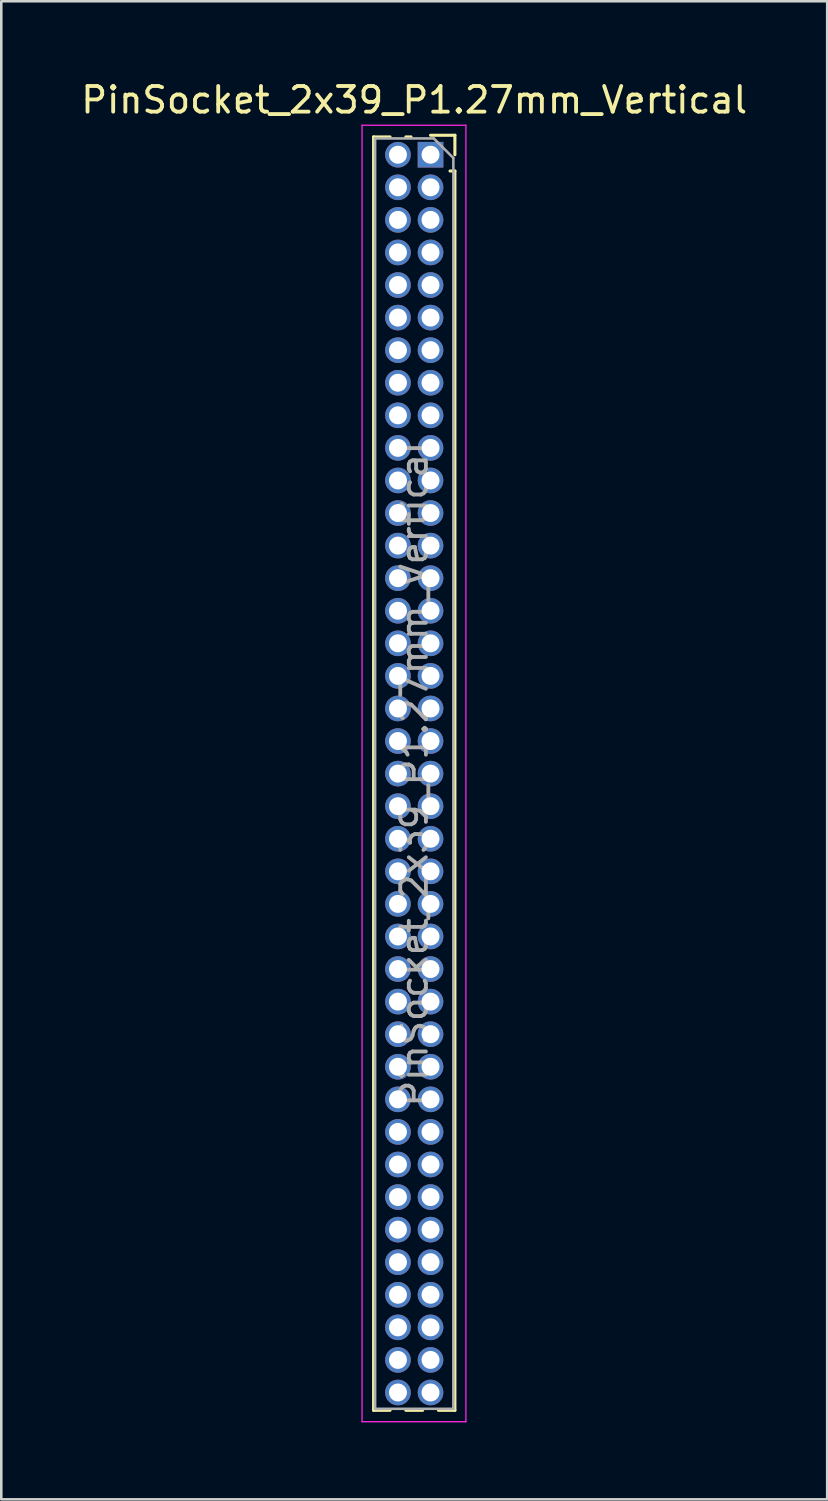
<source format=kicad_pcb>
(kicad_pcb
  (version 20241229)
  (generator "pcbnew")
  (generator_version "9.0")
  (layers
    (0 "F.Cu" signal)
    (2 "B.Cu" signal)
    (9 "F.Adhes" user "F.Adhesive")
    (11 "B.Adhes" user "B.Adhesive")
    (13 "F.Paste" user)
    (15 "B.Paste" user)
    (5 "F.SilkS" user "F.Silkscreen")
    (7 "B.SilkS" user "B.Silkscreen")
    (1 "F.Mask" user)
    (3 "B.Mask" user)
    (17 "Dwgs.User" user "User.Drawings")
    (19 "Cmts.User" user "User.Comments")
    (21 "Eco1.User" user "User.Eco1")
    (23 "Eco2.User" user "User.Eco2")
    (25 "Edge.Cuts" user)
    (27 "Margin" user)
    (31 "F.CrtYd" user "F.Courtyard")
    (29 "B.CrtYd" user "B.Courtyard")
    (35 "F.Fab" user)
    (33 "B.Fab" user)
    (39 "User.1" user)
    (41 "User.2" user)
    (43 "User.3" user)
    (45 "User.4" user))
  (footprint "PinSocket_2x39_P1.27mm_Vertical"
    (layer "F.Cu")
    (at 13.736 2.983)
    (property "Reference" "PinSocket_2x39_P1.27mm_Vertical" (at -0.635 -2.135 0) (layer "F.SilkS") (effects (font (size 1 1) (thickness 0.15))))
    (attr through_hole)
    (fp_line (start -2.22 -0.695) (end -2.22 48.955) (stroke (width 0.12) (type solid)) (layer "F.SilkS"))
    (fp_line (start -2.22 -0.695) (end -1.578 -0.695) (stroke (width 0.12) (type solid)) (layer "F.SilkS"))
    (fp_line (start -2.22 48.955) (end -1.578 48.955) (stroke (width 0.12) (type solid)) (layer "F.SilkS"))
    (fp_line (start -0.962 -0.695) (end -0.76 -0.695) (stroke (width 0.12) (type solid)) (layer "F.SilkS"))
    (fp_line (start -0.962 48.955) (end -0.308 48.955) (stroke (width 0.12) (type solid)) (layer "F.SilkS"))
    (fp_line (start 0 -0.76) (end 0.95 -0.76) (stroke (width 0.12) (type solid)) (layer "F.SilkS"))
    (fp_line (start 0.308 48.955) (end 0.95 48.955) (stroke (width 0.12) (type solid)) (layer "F.SilkS"))
    (fp_line (start 0.76 0.635) (end 0.95 0.635) (stroke (width 0.12) (type solid)) (layer "F.SilkS"))
    (fp_line (start 0.95 -0.76) (end 0.95 0) (stroke (width 0.12) (type solid)) (layer "F.SilkS"))
    (fp_line (start 0.95 0.635) (end 0.95 48.955) (stroke (width 0.12) (type solid)) (layer "F.SilkS"))
    (fp_line (start -2.67 -1.15) (end 1.38 -1.15) (stroke (width 0.05) (type solid)) (layer "F.CrtYd"))
    (fp_line (start -2.67 49.4) (end -2.67 -1.15) (stroke (width 0.05) (type solid)) (layer "F.CrtYd"))
    (fp_line (start 1.38 -1.15) (end 1.38 49.4) (stroke (width 0.05) (type solid)) (layer "F.CrtYd"))
    (fp_line (start 1.38 49.4) (end -2.67 49.4) (stroke (width 0.05) (type solid)) (layer "F.CrtYd"))
    (fp_line (start -2.16 -0.635) (end 0.128 -0.635) (stroke (width 0.1) (type solid)) (layer "F.Fab"))
    (fp_line (start -2.16 48.895) (end -2.16 -0.635) (stroke (width 0.1) (type solid)) (layer "F.Fab"))
    (fp_line (start 0.128 -0.635) (end 0.89 0.128) (stroke (width 0.1) (type solid)) (layer "F.Fab"))
    (fp_line (start 0.89 0.128) (end 0.89 48.895) (stroke (width 0.1) (type solid)) (layer "F.Fab"))
    (fp_line (start 0.89 48.895) (end -2.16 48.895) (stroke (width 0.1) (type solid)) (layer "F.Fab"))
    (fp_text user "${REFERENCE}" (at -0.635 24.13 90) (layer "F.Fab") (effects (font (size 1 1) (thickness 0.15))))
    (pad "1" thru_hole rect (at 0 0) (size 1 1) (drill 0.7) (layers "*.Cu" "*.Mask"))
    (pad "2" thru_hole oval (at -1.27 0) (size 1 1) (drill 0.7) (layers "*.Cu" "*.Mask"))
    (pad "3" thru_hole oval (at 0 1.27) (size 1 1) (drill 0.7) (layers "*.Cu" "*.Mask"))
    (pad "4" thru_hole oval (at -1.27 1.27) (size 1 1) (drill 0.7) (layers "*.Cu" "*.Mask"))
    (pad "5" thru_hole oval (at 0 2.54) (size 1 1) (drill 0.7) (layers "*.Cu" "*.Mask"))
    (pad "6" thru_hole oval (at -1.27 2.54) (size 1 1) (drill 0.7) (layers "*.Cu" "*.Mask"))
    (pad "7" thru_hole oval (at 0 3.81) (size 1 1) (drill 0.7) (layers "*.Cu" "*.Mask"))
    (pad "8" thru_hole oval (at -1.27 3.81) (size 1 1) (drill 0.7) (layers "*.Cu" "*.Mask"))
    (pad "9" thru_hole oval (at 0 5.08) (size 1 1) (drill 0.7) (layers "*.Cu" "*.Mask"))
    (pad "10" thru_hole oval (at -1.27 5.08) (size 1 1) (drill 0.7) (layers "*.Cu" "*.Mask"))
    (pad "11" thru_hole oval (at 0 6.35) (size 1 1) (drill 0.7) (layers "*.Cu" "*.Mask"))
    (pad "12" thru_hole oval (at -1.27 6.35) (size 1 1) (drill 0.7) (layers "*.Cu" "*.Mask"))
    (pad "13" thru_hole oval (at 0 7.62) (size 1 1) (drill 0.7) (layers "*.Cu" "*.Mask"))
    (pad "14" thru_hole oval (at -1.27 7.62) (size 1 1) (drill 0.7) (layers "*.Cu" "*.Mask"))
    (pad "15" thru_hole oval (at 0 8.89) (size 1 1) (drill 0.7) (layers "*.Cu" "*.Mask"))
    (pad "16" thru_hole oval (at -1.27 8.89) (size 1 1) (drill 0.7) (layers "*.Cu" "*.Mask"))
    (pad "17" thru_hole oval (at 0 10.16) (size 1 1) (drill 0.7) (layers "*.Cu" "*.Mask"))
    (pad "18" thru_hole oval (at -1.27 10.16) (size 1 1) (drill 0.7) (layers "*.Cu" "*.Mask"))
    (pad "19" thru_hole oval (at 0 11.43) (size 1 1) (drill 0.7) (layers "*.Cu" "*.Mask"))
    (pad "20" thru_hole oval (at -1.27 11.43) (size 1 1) (drill 0.7) (layers "*.Cu" "*.Mask"))
    (pad "21" thru_hole oval (at 0 12.7) (size 1 1) (drill 0.7) (layers "*.Cu" "*.Mask"))
    (pad "22" thru_hole oval (at -1.27 12.7) (size 1 1) (drill 0.7) (layers "*.Cu" "*.Mask"))
    (pad "23" thru_hole oval (at 0 13.97) (size 1 1) (drill 0.7) (layers "*.Cu" "*.Mask"))
    (pad "24" thru_hole oval (at -1.27 13.97) (size 1 1) (drill 0.7) (layers "*.Cu" "*.Mask"))
    (pad "25" thru_hole oval (at 0 15.24) (size 1 1) (drill 0.7) (layers "*.Cu" "*.Mask"))
    (pad "26" thru_hole oval (at -1.27 15.24) (size 1 1) (drill 0.7) (layers "*.Cu" "*.Mask"))
    (pad "27" thru_hole oval (at 0 16.51) (size 1 1) (drill 0.7) (layers "*.Cu" "*.Mask"))
    (pad "28" thru_hole oval (at -1.27 16.51) (size 1 1) (drill 0.7) (layers "*.Cu" "*.Mask"))
    (pad "29" thru_hole oval (at 0 17.78) (size 1 1) (drill 0.7) (layers "*.Cu" "*.Mask"))
    (pad "30" thru_hole oval (at -1.27 17.78) (size 1 1) (drill 0.7) (layers "*.Cu" "*.Mask"))
    (pad "31" thru_hole oval (at 0 19.05) (size 1 1) (drill 0.7) (layers "*.Cu" "*.Mask"))
    (pad "32" thru_hole oval (at -1.27 19.05) (size 1 1) (drill 0.7) (layers "*.Cu" "*.Mask"))
    (pad "33" thru_hole oval (at 0 20.32) (size 1 1) (drill 0.7) (layers "*.Cu" "*.Mask"))
    (pad "34" thru_hole oval (at -1.27 20.32) (size 1 1) (drill 0.7) (layers "*.Cu" "*.Mask"))
    (pad "35" thru_hole oval (at 0 21.59) (size 1 1) (drill 0.7) (layers "*.Cu" "*.Mask"))
    (pad "36" thru_hole oval (at -1.27 21.59) (size 1 1) (drill 0.7) (layers "*.Cu" "*.Mask"))
    (pad "37" thru_hole oval (at 0 22.86) (size 1 1) (drill 0.7) (layers "*.Cu" "*.Mask"))
    (pad "38" thru_hole oval (at -1.27 22.86) (size 1 1) (drill 0.7) (layers "*.Cu" "*.Mask"))
    (pad "39" thru_hole oval (at 0 24.13) (size 1 1) (drill 0.7) (layers "*.Cu" "*.Mask"))
    (pad "40" thru_hole oval (at -1.27 24.13) (size 1 1) (drill 0.7) (layers "*.Cu" "*.Mask"))
    (pad "41" thru_hole oval (at 0 25.4) (size 1 1) (drill 0.7) (layers "*.Cu" "*.Mask"))
    (pad "42" thru_hole oval (at -1.27 25.4) (size 1 1) (drill 0.7) (layers "*.Cu" "*.Mask"))
    (pad "43" thru_hole oval (at 0 26.67) (size 1 1) (drill 0.7) (layers "*.Cu" "*.Mask"))
    (pad "44" thru_hole oval (at -1.27 26.67) (size 1 1) (drill 0.7) (layers "*.Cu" "*.Mask"))
    (pad "45" thru_hole oval (at 0 27.94) (size 1 1) (drill 0.7) (layers "*.Cu" "*.Mask"))
    (pad "46" thru_hole oval (at -1.27 27.94) (size 1 1) (drill 0.7) (layers "*.Cu" "*.Mask"))
    (pad "47" thru_hole oval (at 0 29.21) (size 1 1) (drill 0.7) (layers "*.Cu" "*.Mask"))
    (pad "48" thru_hole oval (at -1.27 29.21) (size 1 1) (drill 0.7) (layers "*.Cu" "*.Mask"))
    (pad "49" thru_hole oval (at 0 30.48) (size 1 1) (drill 0.7) (layers "*.Cu" "*.Mask"))
    (pad "50" thru_hole oval (at -1.27 30.48) (size 1 1) (drill 0.7) (layers "*.Cu" "*.Mask"))
    (pad "51" thru_hole oval (at 0 31.75) (size 1 1) (drill 0.7) (layers "*.Cu" "*.Mask"))
    (pad "52" thru_hole oval (at -1.27 31.75) (size 1 1) (drill 0.7) (layers "*.Cu" "*.Mask"))
    (pad "53" thru_hole oval (at 0 33.02) (size 1 1) (drill 0.7) (layers "*.Cu" "*.Mask"))
    (pad "54" thru_hole oval (at -1.27 33.02) (size 1 1) (drill 0.7) (layers "*.Cu" "*.Mask"))
    (pad "55" thru_hole oval (at 0 34.29) (size 1 1) (drill 0.7) (layers "*.Cu" "*.Mask"))
    (pad "56" thru_hole oval (at -1.27 34.29) (size 1 1) (drill 0.7) (layers "*.Cu" "*.Mask"))
    (pad "57" thru_hole oval (at 0 35.56) (size 1 1) (drill 0.7) (layers "*.Cu" "*.Mask"))
    (pad "58" thru_hole oval (at -1.27 35.56) (size 1 1) (drill 0.7) (layers "*.Cu" "*.Mask"))
    (pad "59" thru_hole oval (at 0 36.83) (size 1 1) (drill 0.7) (layers "*.Cu" "*.Mask"))
    (pad "60" thru_hole oval (at -1.27 36.83) (size 1 1) (drill 0.7) (layers "*.Cu" "*.Mask"))
    (pad "61" thru_hole oval (at 0 38.1) (size 1 1) (drill 0.7) (layers "*.Cu" "*.Mask"))
    (pad "62" thru_hole oval (at -1.27 38.1) (size 1 1) (drill 0.7) (layers "*.Cu" "*.Mask"))
    (pad "63" thru_hole oval (at 0 39.37) (size 1 1) (drill 0.7) (layers "*.Cu" "*.Mask"))
    (pad "64" thru_hole oval (at -1.27 39.37) (size 1 1) (drill 0.7) (layers "*.Cu" "*.Mask"))
    (pad "65" thru_hole oval (at 0 40.64) (size 1 1) (drill 0.7) (layers "*.Cu" "*.Mask"))
    (pad "66" thru_hole oval (at -1.27 40.64) (size 1 1) (drill 0.7) (layers "*.Cu" "*.Mask"))
    (pad "67" thru_hole oval (at 0 41.91) (size 1 1) (drill 0.7) (layers "*.Cu" "*.Mask"))
    (pad "68" thru_hole oval (at -1.27 41.91) (size 1 1) (drill 0.7) (layers "*.Cu" "*.Mask"))
    (pad "69" thru_hole oval (at 0 43.18) (size 1 1) (drill 0.7) (layers "*.Cu" "*.Mask"))
    (pad "70" thru_hole oval (at -1.27 43.18) (size 1 1) (drill 0.7) (layers "*.Cu" "*.Mask"))
    (pad "71" thru_hole oval (at 0 44.45) (size 1 1) (drill 0.7) (layers "*.Cu" "*.Mask"))
    (pad "72" thru_hole oval (at -1.27 44.45) (size 1 1) (drill 0.7) (layers "*.Cu" "*.Mask"))
    (pad "73" thru_hole oval (at 0 45.72) (size 1 1) (drill 0.7) (layers "*.Cu" "*.Mask"))
    (pad "74" thru_hole oval (at -1.27 45.72) (size 1 1) (drill 0.7) (layers "*.Cu" "*.Mask"))
    (pad "75" thru_hole oval (at 0 46.99) (size 1 1) (drill 0.7) (layers "*.Cu" "*.Mask"))
    (pad "76" thru_hole oval (at -1.27 46.99) (size 1 1) (drill 0.7) (layers "*.Cu" "*.Mask"))
    (pad "77" thru_hole oval (at 0 48.26) (size 1 1) (drill 0.7) (layers "*.Cu" "*.Mask"))
    (pad "78" thru_hole oval (at -1.27 48.26) (size 1 1) (drill 0.7) (layers "*.Cu" "*.Mask")))
  (gr_rect
    (start -3 -3)
    (end 29.202 55.408)
    (stroke (width 0.1) (type default))
    (fill no)
    (layer "Edge.Cuts")))
</source>
